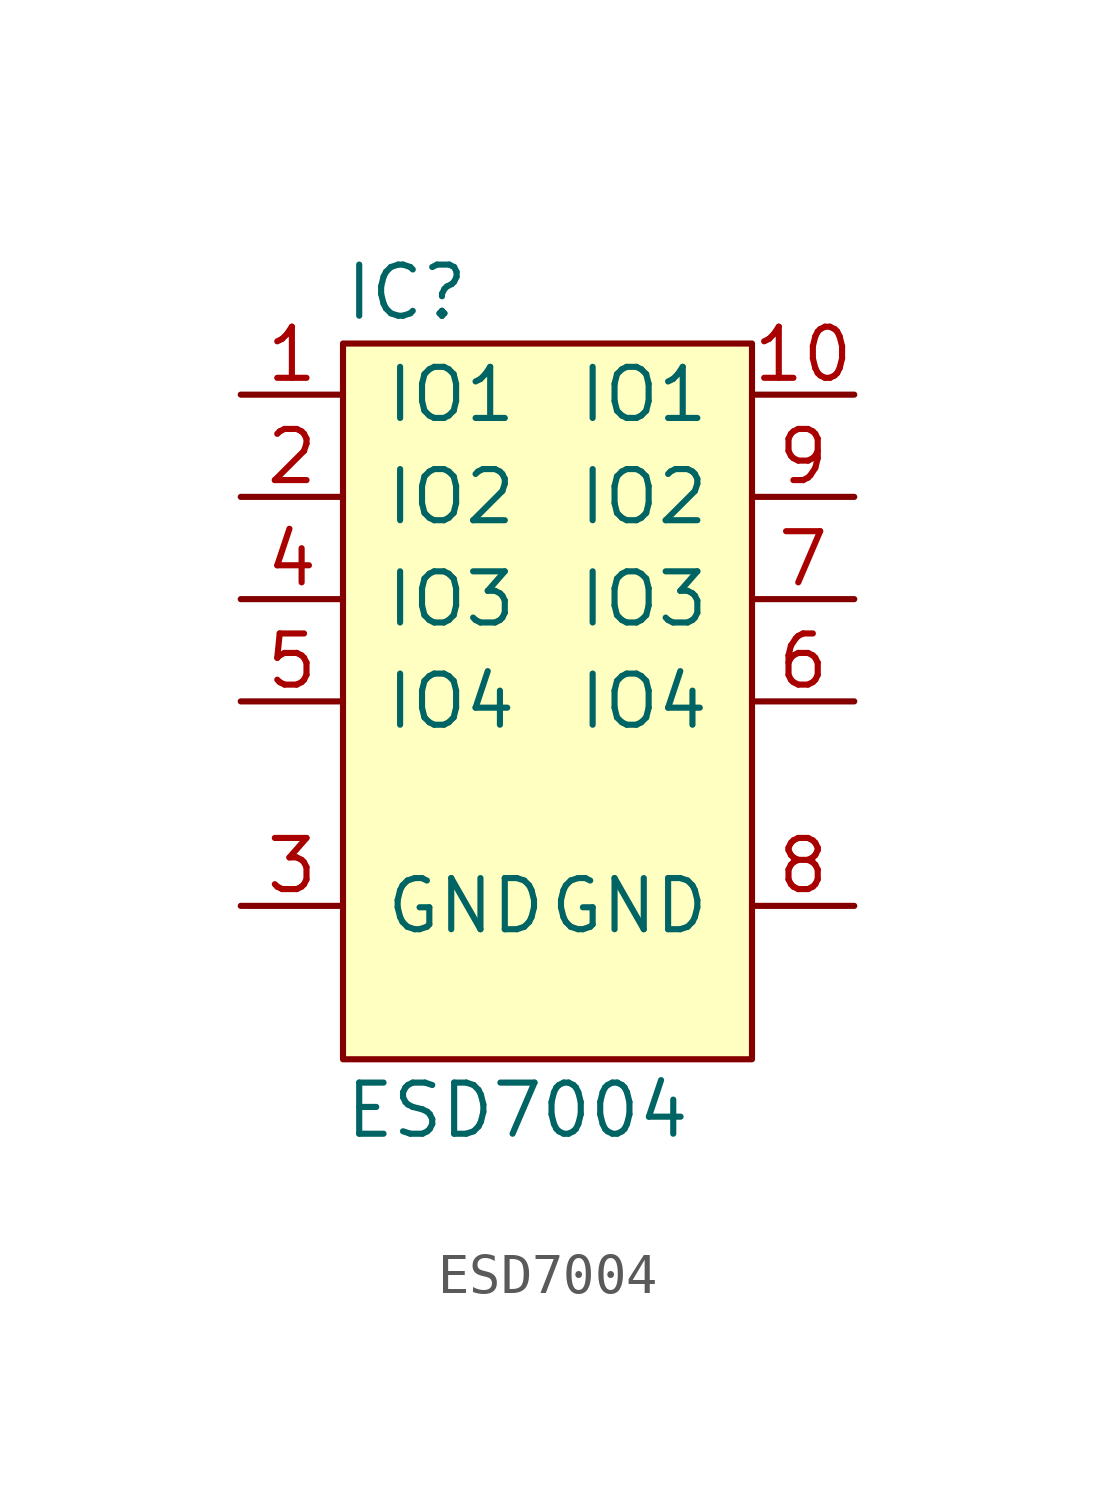
<source format=kicad_sym>
(kicad_symbol_lib
  (version 20211014)
  (generator agg_kicad.build_lib_ic)
  (symbol "ESD7004"
    (pin_names
      (offset 1.016))
    (property Reference IC
      (at -5.08 10.16 0)
      (effects (font (size 1.27 1.27)) (justify left)))
    (property Value "ESD7004"
      (at -5.08 -10.16 0)
      (effects (font (size 1.27 1.27)) (justify left)))
    (symbol "ESD7004_0_0"
      (rectangle (start -5.08 8.89) (end 5.08 -8.89) (stroke (width 0) (type default) (color 0 0 0 0)) (fill (type background)))
      (pin passive line (at -7.62 7.62 0) (length 2.54) (name "IO1" (effects (font (size 1.27 1.27)))) (number "1" (effects (font (size 1.27 1.27)))))
      (pin passive line (at -7.62 5.08 0) (length 2.54) (name "IO2" (effects (font (size 1.27 1.27)))) (number "2" (effects (font (size 1.27 1.27)))))
      (pin passive line (at -7.62 2.54 0) (length 2.54) (name "IO3" (effects (font (size 1.27 1.27)))) (number "4" (effects (font (size 1.27 1.27)))))
      (pin passive line (at -7.62 0 0) (length 2.54) (name "IO4" (effects (font (size 1.27 1.27)))) (number "5" (effects (font (size 1.27 1.27)))))
      (pin passive line (at -7.62 -5.08 0) (length 2.54) (name GND (effects (font (size 1.27 1.27)))) (number "3" (effects (font (size 1.27 1.27)))))
      (pin passive line (at 7.62 7.62 180) (length 2.54) (name "IO1" (effects (font (size 1.27 1.27)))) (number "10" (effects (font (size 1.27 1.27)))))
      (pin passive line (at 7.62 5.08 180) (length 2.54) (name "IO2" (effects (font (size 1.27 1.27)))) (number "9" (effects (font (size 1.27 1.27)))))
      (pin passive line (at 7.62 2.54 180) (length 2.54) (name "IO3" (effects (font (size 1.27 1.27)))) (number "7" (effects (font (size 1.27 1.27)))))
      (pin passive line (at 7.62 0 180) (length 2.54) (name "IO4" (effects (font (size 1.27 1.27)))) (number "6" (effects (font (size 1.27 1.27)))))
      (pin passive line (at 7.62 -5.08 180) (length 2.54) (name GND (effects (font (size 1.27 1.27)))) (number "8" (effects (font (size 1.27 1.27))))))))
</source>
